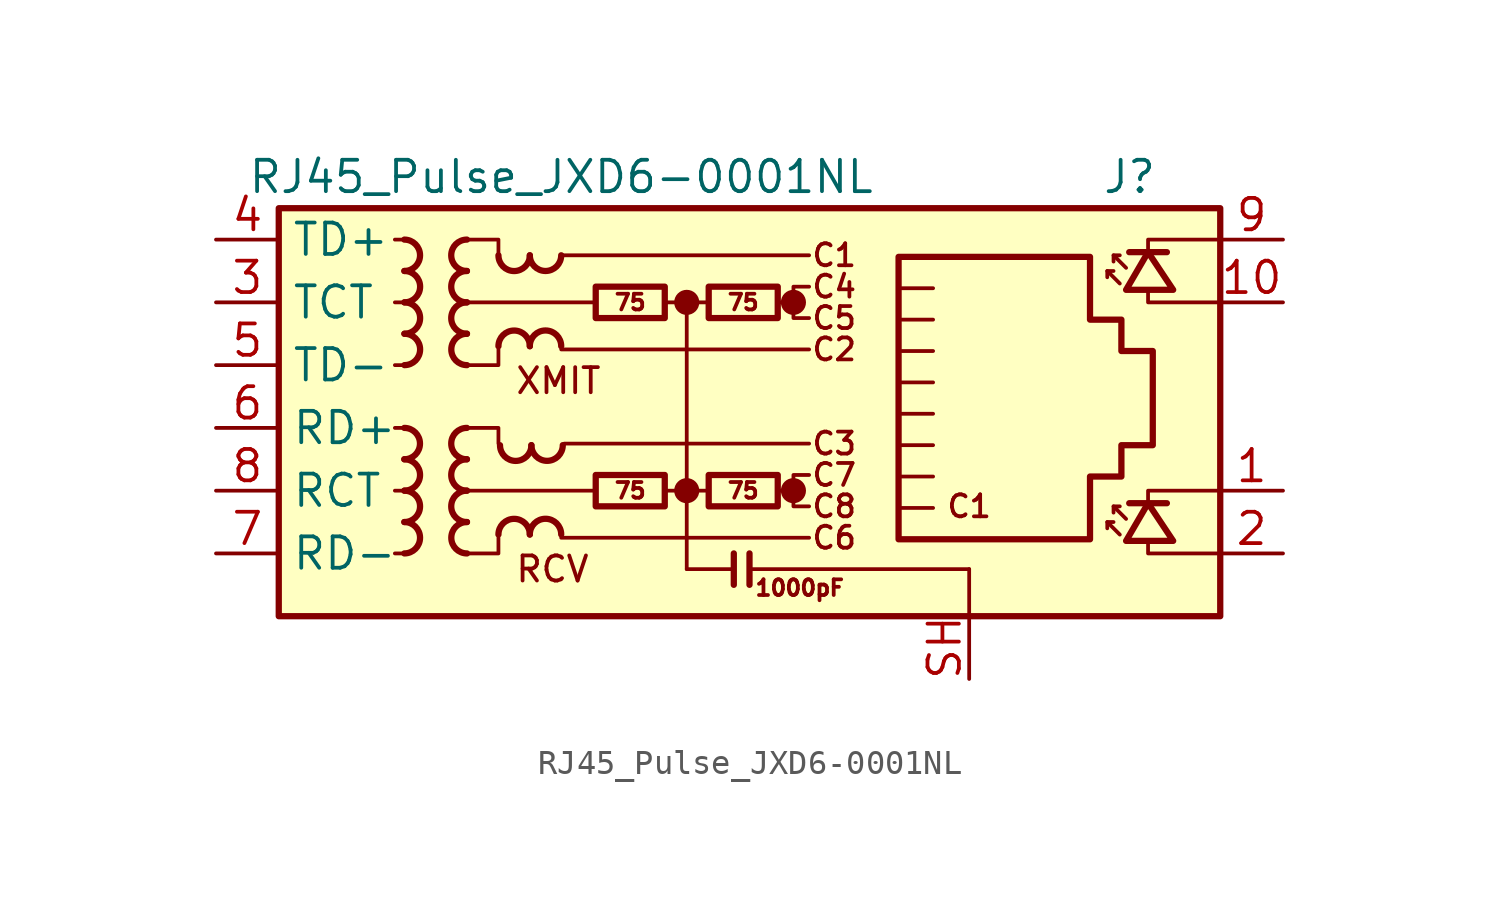
<source format=kicad_sym>
(kicad_symbol_lib
  (version 20241209)
  (generator "kicad_symbol_editor")
  (generator_version "9.0")
  (symbol "RJ45_Pulse_JXD6-0001NL"
    (property "Reference" "J"
      (at 17.78 10.16 0)
      (effects (font (size 1.27 1.27)) (justify right)))
    (property "Value" "RJ45_Pulse_JXD6-0001NL"
      (at -6.35 10.16 0)
      (effects (font (size 1.27 1.27))))
    (symbol "RJ45_Pulse_JXD6-0001NL_0_0"
      (circle (center -1.27 5.08) (radius 0.0001) (stroke (width 0.508) (type default)) (fill (type none)))
      (polyline (pts (xy -1.27 5.08) (xy -1.27 -5.715)) (stroke (width 0) (type default)) (fill (type none)))
      (circle (center -1.27 -2.54) (radius 0.0001) (stroke (width 0.508) (type default)) (fill (type none)))
      (polyline (pts (xy 0.635 -5.08) (xy 0.635 -6.35)) (stroke (width 0.254) (type default)) (fill (type none)))
      (polyline (pts (xy 1.27 -5.08) (xy 1.27 -6.35)) (stroke (width 0.254) (type default)) (fill (type none)))
      (polyline (pts (xy 3.048 5.08) (xy 2.54 5.08)) (stroke (width 0) (type default)) (fill (type none)))
      (circle (center 3.048 5.08) (radius 0.0001) (stroke (width 0.508) (type default)) (fill (type none)))
      (polyline (pts (xy 3.048 -2.54) (xy 2.54 -2.54)) (stroke (width 0) (type default)) (fill (type none)))
      (circle (center 3.048 -2.54) (radius 0.0001) (stroke (width 0.508) (type default)) (fill (type none)))
      (polyline (pts (xy 3.683 5.715) (xy 3.048 5.715) (xy 3.048 4.445) (xy 3.683 4.445)) (stroke (width 0) (type default)) (fill (type none)))
      (polyline (pts (xy 3.683 -1.905) (xy 3.048 -1.905) (xy 3.048 -3.175) (xy 3.683 -3.175)) (stroke (width 0) (type default)) (fill (type none)))
      (polyline (pts (xy 17.399 6.985) (xy 17.399 7.62) (xy 20.32 7.62)) (stroke (width 0) (type default)) (fill (type none)))
      (polyline (pts (xy 17.399 -3.175) (xy 17.399 -2.54) (xy 20.32 -2.54)) (stroke (width 0) (type default)) (fill (type none)))
      (polyline (pts (xy 20.32 5.08) (xy 17.399 5.08) (xy 17.399 5.588)) (stroke (width 0) (type default)) (fill (type none)))
      (polyline (pts (xy 20.32 -5.08) (xy 17.399 -5.08) (xy 17.399 -4.572)) (stroke (width 0) (type default)) (fill (type none)))
      (text "XMIT" (at -8.255 1.905 0) (effects (font (size 1.016 1.016)) (justify left)))
      (text "RCV" (at -8.255 -5.715 0) (effects (font (size 1.016 1.016)) (justify left)))
      (text "C1" (at 4.699 6.985 0) (effects (font (size 0.889 0.889))))
      (text "C4" (at 4.699 5.715 0) (effects (font (size 0.889 0.889))))
      (text "C5" (at 4.699 4.445 0) (effects (font (size 0.889 0.889))))
      (text "C2" (at 4.699 3.175 0) (effects (font (size 0.889 0.889))))
      (text "C3" (at 4.699 -0.635 0) (effects (font (size 0.889 0.889))))
      (text "C7" (at 4.699 -1.905 0) (effects (font (size 0.889 0.889))))
      (text "C8" (at 4.699 -3.175 0) (effects (font (size 0.889 0.889))))
      (text "C6" (at 4.699 -4.445 0) (effects (font (size 0.889 0.889))))
      (text "C1" (at 10.16 -3.175 0) (effects (font (size 0.889 0.889)))))
    (symbol "RJ45_Pulse_JXD6-0001NL_0_1"
      (rectangle (start -17.78 8.89) (end 20.32 -7.62) (stroke (width 0.254) (type default)) (fill (type background)))
      (polyline (pts (xy -12.7 7.62) (xy -13.081 7.62)) (stroke (width 0) (type default)) (fill (type none)))
      (polyline (pts (xy -12.7 5.08) (xy -13.081 5.08)) (stroke (width 0) (type default)) (fill (type none)))
      (polyline (pts (xy -12.7 2.54) (xy -13.081 2.54)) (stroke (width 0) (type default)) (fill (type none)))
      (polyline (pts (xy -12.7 0) (xy -13.081 0)) (stroke (width 0) (type default)) (fill (type none)))
      (polyline (pts (xy -12.7 -2.54) (xy -13.081 -2.54)) (stroke (width 0) (type default)) (fill (type none)))
      (polyline (pts (xy -12.7 -5.08) (xy -13.081 -5.08)) (stroke (width 0) (type default)) (fill (type none)))
      (polyline (pts (xy -10.16 7.62) (xy -8.89 7.62) (xy -8.89 6.985)) (stroke (width 0) (type default)) (fill (type none)))
      (polyline (pts (xy -10.16 0) (xy -8.89 0) (xy -8.89 -0.635)) (stroke (width 0) (type default)) (fill (type none)))
      (polyline (pts (xy -8.89 3.175) (xy -8.89 2.54) (xy -10.16 2.54)) (stroke (width 0) (type default)) (fill (type none)))
      (polyline (pts (xy -8.89 -4.445) (xy -8.89 -5.08) (xy -10.16 -5.08)) (stroke (width 0) (type default)) (fill (type none)))
      (polyline (pts (xy -6.35 6.985) (xy 3.683 6.985)) (stroke (width 0) (type default)) (fill (type none)))
      (polyline (pts (xy -6.35 3.175) (xy 3.683 3.175)) (stroke (width 0) (type default)) (fill (type none)))
      (polyline (pts (xy -6.35 -4.445) (xy 3.683 -4.445)) (stroke (width 0) (type default)) (fill (type none)))
      (polyline (pts (xy -6.223 -0.635) (xy 3.683 -0.635)) (stroke (width 0) (type default)) (fill (type none)))
      (polyline (pts (xy -5.08 -2.54) (xy -10.16 -2.54)) (stroke (width 0) (type default)) (fill (type none)))
      (polyline (pts (xy -4.953 5.08) (xy -10.16 5.08)) (stroke (width 0) (type default)) (fill (type none)))
      (polyline (pts (xy -2.159 5.08) (xy -0.381 5.08)) (stroke (width 0) (type default)) (fill (type none)))
      (polyline (pts (xy -2.159 -2.54) (xy -0.381 -2.54)) (stroke (width 0) (type default)) (fill (type none)))
      (polyline (pts (xy 0.635 -5.715) (xy -1.27 -5.715)) (stroke (width 0) (type default)) (fill (type none)))
      (polyline (pts (xy 7.429 3.111) (xy 8.7 3.111)) (stroke (width 0) (type default)) (fill (type none)))
      (polyline (pts (xy 7.429 1.841) (xy 8.7 1.841)) (stroke (width 0) (type default)) (fill (type none)))
      (polyline (pts (xy 7.429 0.572) (xy 8.7 0.572)) (stroke (width 0) (type default)) (fill (type none)))
      (polyline (pts (xy 7.429 -0.699) (xy 8.7 -0.699)) (stroke (width 0) (type default)) (fill (type none)))
      (polyline (pts (xy 7.429 -1.968) (xy 8.7 -1.968)) (stroke (width 0) (type default)) (fill (type none)))
      (polyline (pts (xy 8.7 5.652) (xy 7.429 5.652)) (stroke (width 0) (type default)) (fill (type none)))
      (polyline (pts (xy 8.7 4.381) (xy 7.429 4.381)) (stroke (width 0) (type default)) (fill (type none)))
      (polyline (pts (xy 8.7 -3.239) (xy 7.429 -3.239)) (stroke (width 0) (type default)) (fill (type none)))
      (polyline (pts (xy 10.16 -5.715) (xy 1.27 -5.715)) (stroke (width 0) (type default)) (fill (type none)))
      (polyline (pts (xy 10.16 -5.715) (xy 10.16 -7.62)) (stroke (width 0) (type default)) (fill (type none))))
    (symbol "RJ45_Pulse_JXD6-0001NL_1_0"
      (text "1000pF" (at 3.302 -6.477 0) (effects (font (size 0.635 0.635)))))
    (symbol "RJ45_Pulse_JXD6-0001NL_1_1"
      (arc (start -12.7 0) (mid -12.0677 -0.635) (end -12.7 -1.27) (stroke (width 0.254) (type default)) (fill (type none)))
      (arc (start -12.6973 7.62) (mid -12.065 6.985) (end -12.6973 6.35) (stroke (width 0.254) (type default)) (fill (type none)))
      (arc (start -12.6973 -1.27) (mid -12.065 -1.905) (end -12.6973 -2.54) (stroke (width 0.254) (type default)) (fill (type none)))
      (arc (start -12.6973 -2.54) (mid -12.065 -3.175) (end -12.6973 -3.81) (stroke (width 0.254) (type default)) (fill (type none)))
      (arc (start -12.6973 -3.81) (mid -12.065 -4.445) (end -12.6973 -5.08) (stroke (width 0.254) (type default)) (fill (type none)))
      (arc (start -12.6946 6.35) (mid -12.0623 5.715) (end -12.6946 5.08) (stroke (width 0.254) (type default)) (fill (type none)))
      (arc (start -12.6946 5.08) (mid -12.0623 4.445) (end -12.6946 3.81) (stroke (width 0.254) (type default)) (fill (type none)))
      (arc (start -12.6946 3.81) (mid -12.0623 3.175) (end -12.6946 2.54) (stroke (width 0.254) (type default)) (fill (type none)))
      (arc (start -10.1654 6.35) (mid -10.7977 6.985) (end -10.1654 7.62) (stroke (width 0.254) (type default)) (fill (type none)))
      (arc (start -10.1654 5.08) (mid -10.7977 5.715) (end -10.1654 6.35) (stroke (width 0.254) (type default)) (fill (type none)))
      (arc (start -10.1654 3.81) (mid -10.7977 4.445) (end -10.1654 5.08) (stroke (width 0.254) (type default)) (fill (type none)))
      (arc (start -10.1654 -1.27) (mid -10.7977 -0.635) (end -10.1654 0) (stroke (width 0.254) (type default)) (fill (type none)))
      (arc (start -10.1654 -2.54) (mid -10.7977 -1.905) (end -10.1654 -1.27) (stroke (width 0.254) (type default)) (fill (type none)))
      (arc (start -10.1654 -3.81) (mid -10.7977 -3.175) (end -10.1654 -2.54) (stroke (width 0.254) (type default)) (fill (type none)))
      (arc (start -10.1627 2.54) (mid -10.795 3.175) (end -10.1627 3.81) (stroke (width 0.254) (type default)) (fill (type none)))
      (arc (start -10.1627 -5.08) (mid -10.795 -4.445) (end -10.1627 -3.81) (stroke (width 0.254) (type default)) (fill (type none)))
      (arc (start -7.62 6.9823) (mid -8.255 6.35) (end -8.89 6.9823) (stroke (width 0.254) (type default)) (fill (type none)))
      (arc (start -8.89 3.3047) (mid -8.255 3.937) (end -7.62 3.3047) (stroke (width 0.254) (type default)) (fill (type none)))
      (arc (start -8.89 -4.3153) (mid -8.255 -3.683) (end -7.62 -4.3153) (stroke (width 0.254) (type default)) (fill (type none)))
      (arc (start -7.5565 -0.7012) (mid -8.1915 -1.3335) (end -8.8265 -0.7012) (stroke (width 0.254) (type default)) (fill (type none)))
      (arc (start -6.35 6.985) (mid -6.985 6.3527) (end -7.62 6.985) (stroke (width 0.254) (type default)) (fill (type none)))
      (arc (start -7.62 3.3074) (mid -6.985 3.9397) (end -6.35 3.3074) (stroke (width 0.254) (type default)) (fill (type none)))
      (arc (start -7.62 -4.3126) (mid -6.985 -3.6803) (end -6.35 -4.3126) (stroke (width 0.254) (type default)) (fill (type none)))
      (arc (start -6.2865 -0.6985) (mid -6.9215 -1.3308) (end -7.5565 -0.6985) (stroke (width 0.254) (type default)) (fill (type none)))
      (rectangle (start -4.953 5.715) (end -2.159 4.445) (stroke (width 0.254) (type default)) (fill (type none)))
      (rectangle (start -4.953 -1.905) (end -2.159 -3.175) (stroke (width 0.254) (type default)) (fill (type none)))
      (rectangle (start -0.381 5.715) (end 2.413 4.445) (stroke (width 0.254) (type default)) (fill (type none)))
      (rectangle (start -0.381 -1.905) (end 2.413 -3.175) (stroke (width 0.254) (type default)) (fill (type none)))
      (polyline (pts (xy 7.303 -4.508) (xy 7.303 6.921) (xy 15.05 6.921) (xy 15.05 4.381) (xy 16.32 4.381) (xy 16.32 3.111) (xy 17.59 3.111) (xy 17.59 -0.699) (xy 16.32 -0.699) (xy 16.32 -1.968) (xy 15.05 -1.968) (xy 15.05 -4.508) (xy 7.303 -4.508)) (stroke (width 0.254) (type default)) (fill (type none)))
      (polyline (pts (xy 15.748 6.35) (xy 15.748 6.096)) (stroke (width 0) (type default)) (fill (type none)))
      (polyline (pts (xy 15.748 -3.81) (xy 15.748 -4.064)) (stroke (width 0) (type default)) (fill (type none)))
      (polyline (pts (xy 16.002 6.985) (xy 16.002 6.731)) (stroke (width 0) (type default)) (fill (type none)))
      (polyline (pts (xy 16.002 -3.175) (xy 16.002 -3.429)) (stroke (width 0) (type default)) (fill (type none)))
      (polyline (pts (xy 16.256 5.842) (xy 15.748 6.35) (xy 16.002 6.35)) (stroke (width 0) (type default)) (fill (type none)))
      (polyline (pts (xy 16.256 -4.318) (xy 15.748 -3.81) (xy 16.002 -3.81)) (stroke (width 0) (type default)) (fill (type none)))
      (polyline (pts (xy 16.51 6.477) (xy 16.002 6.985) (xy 16.256 6.985)) (stroke (width 0) (type default)) (fill (type none)))
      (polyline (pts (xy 16.51 5.588) (xy 18.415 5.588) (xy 17.399 7.112) (xy 16.51 5.588)) (stroke (width 0.254) (type default)) (fill (type none)))
      (polyline (pts (xy 16.51 -3.683) (xy 16.002 -3.175) (xy 16.256 -3.175)) (stroke (width 0) (type default)) (fill (type none)))
      (polyline (pts (xy 16.51 -4.572) (xy 18.415 -4.572) (xy 17.399 -3.048) (xy 16.51 -4.572)) (stroke (width 0.254) (type default)) (fill (type none)))
      (polyline (pts (xy 16.637 7.112) (xy 18.161 7.112)) (stroke (width 0.254) (type default)) (fill (type none)))
      (polyline (pts (xy 16.637 -3.048) (xy 18.161 -3.048)) (stroke (width 0.254) (type default)) (fill (type none)))
      (text "75" (at -3.556 5.08 0) (effects (font (size 0.635 0.635))))
      (text "75" (at -3.556 -2.54 0) (effects (font (size 0.635 0.635))))
      (text "75" (at 1.016 5.08 0) (effects (font (size 0.635 0.635))))
      (text "75" (at 1.016 -2.54 0) (effects (font (size 0.635 0.635))))
      (pin passive line (at -20.32 7.62 0) (length 2.54) (name "TD+" (effects (font (size 1.27 1.27)))) (number "4" (effects (font (size 1.27 1.27)))))
      (pin passive line (at -20.32 5.08 0) (length 2.54) (name "TCT" (effects (font (size 1.27 1.27)))) (number "3" (effects (font (size 1.27 1.27)))))
      (pin passive line (at -20.32 2.54 0) (length 2.54) (name "TD-" (effects (font (size 1.27 1.27)))) (number "5" (effects (font (size 1.27 1.27)))))
      (pin passive line (at -20.32 0 0) (length 2.54) (name "RD+" (effects (font (size 1.27 1.27)))) (number "6" (effects (font (size 1.27 1.27)))))
      (pin passive line (at -20.32 -2.54 0) (length 2.54) (name "RCT" (effects (font (size 1.27 1.27)))) (number "8" (effects (font (size 1.27 1.27)))))
      (pin passive line (at -20.32 -5.08 0) (length 2.54) (name "RD-" (effects (font (size 1.27 1.27)))) (number "7" (effects (font (size 1.27 1.27)))))
      (pin power_in line (at 10.16 -10.16 90) (length 2.54) (name "" (effects (font (size 1.27 1.27)))) (number "SH" (effects (font (size 1.27 1.27)))))
      (pin passive line (at 22.86 7.62 180) (length 2.54) (name "" (effects (font (size 1.27 1.27)))) (number "9" (effects (font (size 1.27 1.27)))))
      (pin passive line (at 22.86 5.08 180) (length 2.54) (name "" (effects (font (size 1.27 1.27)))) (number "10" (effects (font (size 1.27 1.27)))))
      (pin passive line (at 22.86 -2.54 180) (length 2.54) (name "" (effects (font (size 1.27 1.27)))) (number "1" (effects (font (size 1.27 1.27)))))
      (pin passive line (at 22.86 -5.08 180) (length 2.54) (name "" (effects (font (size 1.27 1.27)))) (number "2" (effects (font (size 1.27 1.27))))))))
</source>
